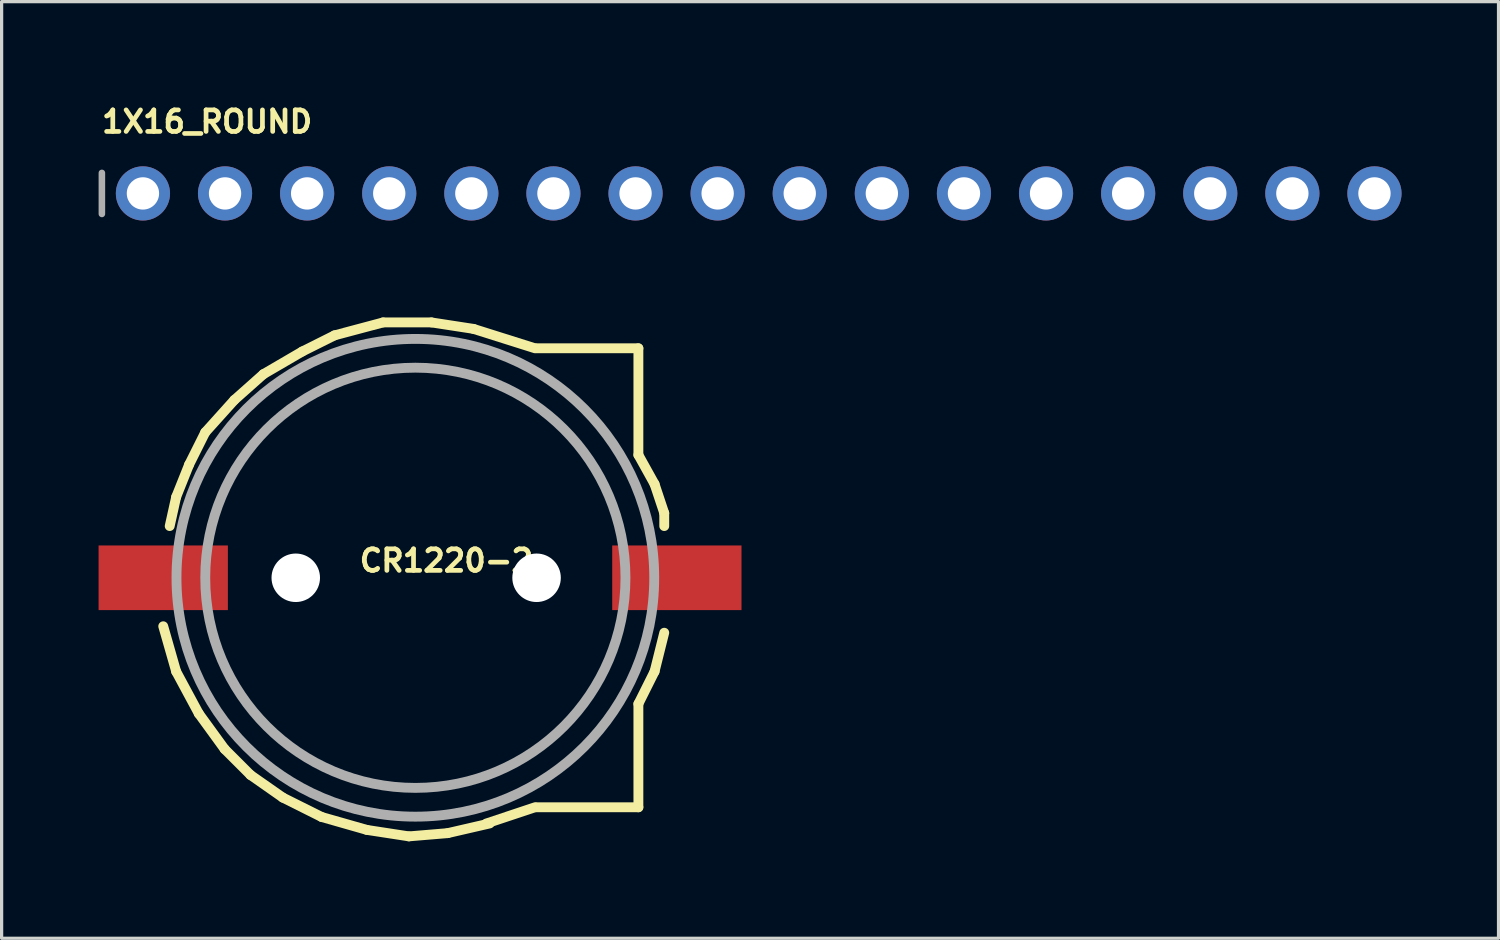
<source format=kicad_pcb>
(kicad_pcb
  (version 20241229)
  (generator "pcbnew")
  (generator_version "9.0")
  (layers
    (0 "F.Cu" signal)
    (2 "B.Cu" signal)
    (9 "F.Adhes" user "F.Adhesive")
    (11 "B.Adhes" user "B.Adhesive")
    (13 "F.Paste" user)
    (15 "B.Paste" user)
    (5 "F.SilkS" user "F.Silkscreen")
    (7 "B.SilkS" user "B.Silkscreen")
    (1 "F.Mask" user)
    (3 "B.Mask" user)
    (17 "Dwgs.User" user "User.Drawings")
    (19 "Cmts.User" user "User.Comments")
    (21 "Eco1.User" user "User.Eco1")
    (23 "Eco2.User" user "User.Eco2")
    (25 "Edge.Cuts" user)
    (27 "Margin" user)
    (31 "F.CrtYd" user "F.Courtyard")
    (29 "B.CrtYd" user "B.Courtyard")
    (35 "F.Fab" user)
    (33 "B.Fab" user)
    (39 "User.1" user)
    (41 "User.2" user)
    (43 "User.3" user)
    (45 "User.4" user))
  (footprint "CR1220-2"
    (layer "F.Cu")
    (at 9.6 14.825)
    (property "Reference" "CR1220-2" (at -1.602 -0.14 0) (unlocked yes) (layer "F.SilkS") (effects (font (size 0.666 0.666) (thickness 0.146)) (justify left bottom)))
    (fp_line (start -7.6 1.5) (end -7.2 2.9) (stroke (width 0.305) (type solid)) (layer "F.SilkS"))
    (fp_line (start -7.4 -1.6) (end -7.2 -2.5) (stroke (width 0.305) (type solid)) (layer "F.SilkS"))
    (fp_line (start -7.2 -2.5) (end -6.8 -3.5) (stroke (width 0.305) (type solid)) (layer "F.SilkS"))
    (fp_line (start -7.2 2.9) (end -6.5 4.2) (stroke (width 0.305) (type solid)) (layer "F.SilkS"))
    (fp_line (start -6.8 -3.5) (end -6.3 -4.5) (stroke (width 0.305) (type solid)) (layer "F.SilkS"))
    (fp_line (start -6.5 4.2) (end -5.7 5.3) (stroke (width 0.305) (type solid)) (layer "F.SilkS"))
    (fp_line (start -6.3 -4.5) (end -5.4 -5.5) (stroke (width 0.305) (type solid)) (layer "F.SilkS"))
    (fp_line (start -5.7 5.3) (end -4.9 6.1) (stroke (width 0.305) (type solid)) (layer "F.SilkS"))
    (fp_line (start -5.4 -5.5) (end -4.5 -6.3) (stroke (width 0.305) (type solid)) (layer "F.SilkS"))
    (fp_line (start -4.9 6.1) (end -3.9 6.8) (stroke (width 0.305) (type solid)) (layer "F.SilkS"))
    (fp_line (start -4.5 -6.3) (end -3.3 -7) (stroke (width 0.305) (type solid)) (layer "F.SilkS"))
    (fp_line (start -3.9 6.8) (end -2.7 7.4) (stroke (width 0.305) (type solid)) (layer "F.SilkS"))
    (fp_line (start -3.3 -7) (end -2.3 -7.5) (stroke (width 0.305) (type solid)) (layer "F.SilkS"))
    (fp_line (start -2.7 7.4) (end -1.3 7.8) (stroke (width 0.305) (type solid)) (layer "F.SilkS"))
    (fp_line (start -2.3 -7.5) (end -0.8 -7.9) (stroke (width 0.305) (type solid)) (layer "F.SilkS"))
    (fp_line (start -1.3 7.8) (end 0 8) (stroke (width 0.305) (type solid)) (layer "F.SilkS"))
    (fp_line (start -0.8 -7.9) (end 0.7 -7.9) (stroke (width 0.305) (type solid)) (layer "F.SilkS"))
    (fp_line (start 0 8) (end 1.2 7.9) (stroke (width 0.305) (type solid)) (layer "F.SilkS"))
    (fp_line (start 0.7 -7.9) (end 2 -7.7) (stroke (width 0.305) (type solid)) (layer "F.SilkS"))
    (fp_line (start 1.2 7.9) (end 2.5 7.6) (stroke (width 0.305) (type solid)) (layer "F.SilkS"))
    (fp_line (start 2 -7.7) (end 3.9 -7.1) (stroke (width 0.305) (type solid)) (layer "F.SilkS"))
    (fp_line (start 2.4 7.6) (end 3.9 7.1) (stroke (width 0.305) (type solid)) (layer "F.SilkS"))
    (fp_line (start 3.95 -7.1) (end 7.1 -7.1) (stroke (width 0.305) (type solid)) (layer "F.SilkS"))
    (fp_line (start 3.95 7.1) (end 7.1 7.1) (stroke (width 0.305) (type solid)) (layer "F.SilkS"))
    (fp_line (start 7.1 -7.1) (end 7.1 -3.8) (stroke (width 0.305) (type solid)) (layer "F.SilkS"))
    (fp_line (start 7.1 -3.8) (end 7.6 -2.9) (stroke (width 0.305) (type solid)) (layer "F.SilkS"))
    (fp_line (start 7.1 3.9) (end 7.6 2.9) (stroke (width 0.305) (type solid)) (layer "F.SilkS"))
    (fp_line (start 7.1 7.1) (end 7.1 3.9) (stroke (width 0.305) (type solid)) (layer "F.SilkS"))
    (fp_line (start 7.6 -2.9) (end 7.9 -2) (stroke (width 0.305) (type solid)) (layer "F.SilkS"))
    (fp_line (start 7.6 2.9) (end 7.9 1.7) (stroke (width 0.305) (type solid)) (layer "F.SilkS"))
    (fp_line (start 7.9 -2) (end 7.9 -1.6) (stroke (width 0.305) (type solid)) (layer "F.SilkS"))
    (fp_circle (center 0.2 0) (end 6.7 0) (stroke (width 0.305) (type solid)) (fill no) (layer "F.Fab"))
    (fp_circle (center 0.2 0) (end 7.59 0) (stroke (width 0.305) (type solid)) (fill no) (layer "F.Fab"))
    (pad "" np_thru_hole circle (at -3.5 0) (size 1.5 1.5) (drill 1.5) (layers "*.Cu" "*.Mask"))
    (pad "" np_thru_hole circle (at 3.95 0) (size 1.5 1.5) (drill 1.5) (layers "*.Cu" "*.Mask"))
    (pad "+" smd rect (at 8.29 0) (size 4 2) (layers "F.Cu" "F.Mask" "F.Paste"))
    (pad "-" smd rect (at -7.6 0) (size 4 2) (layers "F.Cu" "F.Mask" "F.Paste")))
  (footprint "1X16_ROUND"
    (layer "F.Cu")
    (at 20.422 2.934)
    (property "Reference" "1X16_ROUND" (at -20.396 -1.829 0) (unlocked yes) (layer "F.SilkS") (effects (font (size 0.666 0.666) (thickness 0.146)) (justify left bottom)))
    (fp_line (start -20.32 -0.635) (end -20.32 0.635) (stroke (width 0.203) (type solid)) (layer "F.Fab"))
    (fp_poly (pts (xy -19.304 0.254) (xy -18.796 0.254) (xy -18.796 -0.254) (xy -19.304 -0.254)) (stroke (width 0.1) (type default)) (fill no) (layer "F.Fab"))
    (fp_poly (pts (xy -16.764 0.254) (xy -16.256 0.254) (xy -16.256 -0.254) (xy -16.764 -0.254)) (stroke (width 0.1) (type default)) (fill no) (layer "F.Fab"))
    (fp_poly (pts (xy -14.224 0.254) (xy -13.716 0.254) (xy -13.716 -0.254) (xy -14.224 -0.254)) (stroke (width 0.1) (type default)) (fill no) (layer "F.Fab"))
    (fp_poly (pts (xy -11.684 0.254) (xy -11.176 0.254) (xy -11.176 -0.254) (xy -11.684 -0.254)) (stroke (width 0.1) (type default)) (fill no) (layer "F.Fab"))
    (fp_poly (pts (xy -9.144 0.254) (xy -8.636 0.254) (xy -8.636 -0.254) (xy -9.144 -0.254)) (stroke (width 0.1) (type default)) (fill no) (layer "F.Fab"))
    (fp_poly (pts (xy -6.604 0.254) (xy -6.096 0.254) (xy -6.096 -0.254) (xy -6.604 -0.254)) (stroke (width 0.1) (type default)) (fill no) (layer "F.Fab"))
    (fp_poly (pts (xy -4.064 0.254) (xy -3.556 0.254) (xy -3.556 -0.254) (xy -4.064 -0.254)) (stroke (width 0.1) (type default)) (fill no) (layer "F.Fab"))
    (fp_poly (pts (xy -1.524 0.254) (xy -1.016 0.254) (xy -1.016 -0.254) (xy -1.524 -0.254)) (stroke (width 0.1) (type default)) (fill no) (layer "F.Fab"))
    (fp_poly (pts (xy 1.016 0.254) (xy 1.524 0.254) (xy 1.524 -0.254) (xy 1.016 -0.254)) (stroke (width 0.1) (type default)) (fill no) (layer "F.Fab"))
    (fp_poly (pts (xy 3.556 0.254) (xy 4.064 0.254) (xy 4.064 -0.254) (xy 3.556 -0.254)) (stroke (width 0.1) (type default)) (fill no) (layer "F.Fab"))
    (fp_poly (pts (xy 6.096 0.254) (xy 6.604 0.254) (xy 6.604 -0.254) (xy 6.096 -0.254)) (stroke (width 0.1) (type default)) (fill no) (layer "F.Fab"))
    (fp_poly (pts (xy 8.636 0.254) (xy 9.144 0.254) (xy 9.144 -0.254) (xy 8.636 -0.254)) (stroke (width 0.1) (type default)) (fill no) (layer "F.Fab"))
    (fp_poly (pts (xy 11.176 0.254) (xy 11.684 0.254) (xy 11.684 -0.254) (xy 11.176 -0.254)) (stroke (width 0.1) (type default)) (fill no) (layer "F.Fab"))
    (fp_poly (pts (xy 13.716 0.254) (xy 14.224 0.254) (xy 14.224 -0.254) (xy 13.716 -0.254)) (stroke (width 0.1) (type default)) (fill no) (layer "F.Fab"))
    (fp_poly (pts (xy 16.256 0.254) (xy 16.764 0.254) (xy 16.764 -0.254) (xy 16.256 -0.254)) (stroke (width 0.1) (type default)) (fill no) (layer "F.Fab"))
    (fp_poly (pts (xy 18.796 0.254) (xy 19.304 0.254) (xy 19.304 -0.254) (xy 18.796 -0.254)) (stroke (width 0.1) (type default)) (fill no) (layer "F.Fab"))
    (pad "1" thru_hole circle (at -19.05 0 90) (size 1.676 1.676) (drill 1) (layers "*.Cu" "*.Mask"))
    (pad "2" thru_hole circle (at -16.51 0 90) (size 1.676 1.676) (drill 1) (layers "*.Cu" "*.Mask"))
    (pad "3" thru_hole circle (at -13.97 0 90) (size 1.676 1.676) (drill 1) (layers "*.Cu" "*.Mask"))
    (pad "4" thru_hole circle (at -11.43 0 90) (size 1.676 1.676) (drill 1) (layers "*.Cu" "*.Mask"))
    (pad "5" thru_hole circle (at -8.89 0 90) (size 1.676 1.676) (drill 1) (layers "*.Cu" "*.Mask"))
    (pad "6" thru_hole circle (at -6.35 0 90) (size 1.676 1.676) (drill 1) (layers "*.Cu" "*.Mask"))
    (pad "7" thru_hole circle (at -3.81 0 90) (size 1.676 1.676) (drill 1) (layers "*.Cu" "*.Mask"))
    (pad "8" thru_hole circle (at -1.27 0 90) (size 1.676 1.676) (drill 1) (layers "*.Cu" "*.Mask"))
    (pad "9" thru_hole circle (at 1.27 0 90) (size 1.676 1.676) (drill 1) (layers "*.Cu" "*.Mask"))
    (pad "10" thru_hole circle (at 3.81 0 90) (size 1.676 1.676) (drill 1) (layers "*.Cu" "*.Mask"))
    (pad "11" thru_hole circle (at 6.35 0 90) (size 1.676 1.676) (drill 1) (layers "*.Cu" "*.Mask"))
    (pad "12" thru_hole circle (at 8.89 0 90) (size 1.676 1.676) (drill 1) (layers "*.Cu" "*.Mask"))
    (pad "13" thru_hole circle (at 11.43 0 90) (size 1.676 1.676) (drill 1) (layers "*.Cu" "*.Mask"))
    (pad "14" thru_hole circle (at 13.97 0 90) (size 1.676 1.676) (drill 1) (layers "*.Cu" "*.Mask"))
    (pad "15" thru_hole circle (at 16.51 0 90) (size 1.676 1.676) (drill 1) (layers "*.Cu" "*.Mask"))
    (pad "16" thru_hole circle (at 19.05 0 90) (size 1.676 1.676) (drill 1) (layers "*.Cu" "*.Mask")))
  (gr_rect
    (start -3 -3)
    (end 43.31 25.977)
    (stroke (width 0.1) (type default))
    (fill no)
    (layer "Edge.Cuts")))
</source>
